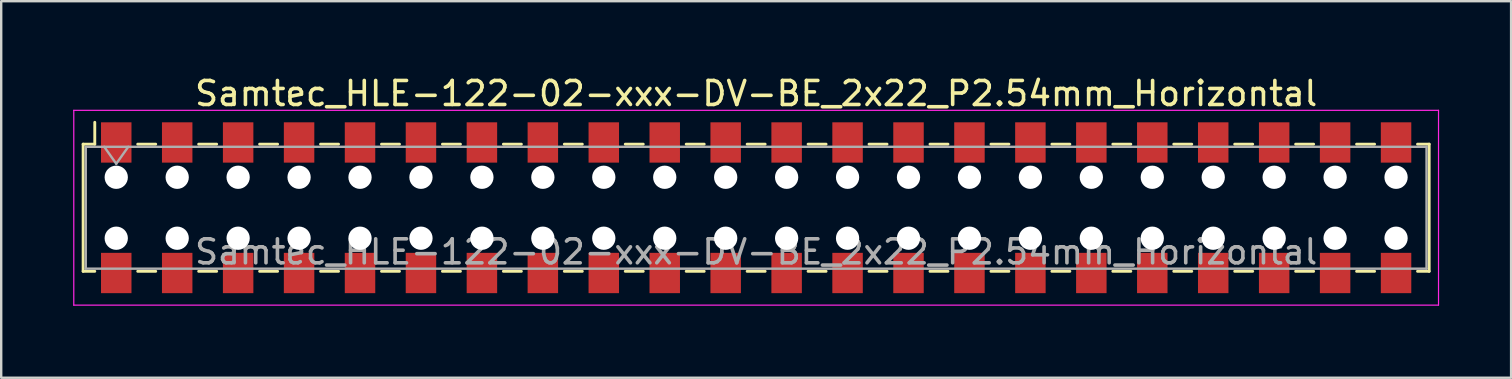
<source format=kicad_pcb>
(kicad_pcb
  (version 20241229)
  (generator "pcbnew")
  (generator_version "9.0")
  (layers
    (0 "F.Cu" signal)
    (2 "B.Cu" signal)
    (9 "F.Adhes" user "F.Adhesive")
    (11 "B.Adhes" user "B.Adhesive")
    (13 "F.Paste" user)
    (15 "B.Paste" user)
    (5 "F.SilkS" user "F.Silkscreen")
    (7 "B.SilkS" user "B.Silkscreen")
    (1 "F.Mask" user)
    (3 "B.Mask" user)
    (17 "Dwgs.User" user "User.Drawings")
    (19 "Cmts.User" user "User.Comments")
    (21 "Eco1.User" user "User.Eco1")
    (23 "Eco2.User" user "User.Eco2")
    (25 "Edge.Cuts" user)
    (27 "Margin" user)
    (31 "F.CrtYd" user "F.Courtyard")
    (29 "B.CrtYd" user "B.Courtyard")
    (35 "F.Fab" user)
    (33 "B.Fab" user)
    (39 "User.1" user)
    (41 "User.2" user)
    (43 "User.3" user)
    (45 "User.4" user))
  (footprint "Samtec_HLE-122-02-xxx-DV-BE_2x22_P2.54mm_Horizontal"
    (layer "F.Cu")
    (at 28.465 5.608)
    (property "Reference" "Samtec_HLE-122-02-xxx-DV-BE_2x22_P2.54mm_Horizontal" (at 0 -4.76 0) (layer "F.SilkS") (effects (font (size 1 1) (thickness 0.15))))
    (attr smd)
    (fp_line (start -28.05 -2.65) (end -28.05 2.65) (stroke (width 0.12) (type solid)) (layer "F.SilkS"))
    (fp_line (start -28.05 2.65) (end -27.565 2.65) (stroke (width 0.12) (type solid)) (layer "F.SilkS"))
    (fp_line (start -27.565 -3.56) (end -27.565 -2.65) (stroke (width 0.12) (type solid)) (layer "F.SilkS"))
    (fp_line (start -27.565 -2.65) (end -28.05 -2.65) (stroke (width 0.12) (type solid)) (layer "F.SilkS"))
    (fp_line (start -25.775 -2.65) (end -25.025 -2.65) (stroke (width 0.12) (type solid)) (layer "F.SilkS"))
    (fp_line (start -25.775 2.65) (end -25.025 2.65) (stroke (width 0.12) (type solid)) (layer "F.SilkS"))
    (fp_line (start -23.235 -2.65) (end -22.485 -2.65) (stroke (width 0.12) (type solid)) (layer "F.SilkS"))
    (fp_line (start -23.235 2.65) (end -22.485 2.65) (stroke (width 0.12) (type solid)) (layer "F.SilkS"))
    (fp_line (start -20.695 -2.65) (end -19.945 -2.65) (stroke (width 0.12) (type solid)) (layer "F.SilkS"))
    (fp_line (start -20.695 2.65) (end -19.945 2.65) (stroke (width 0.12) (type solid)) (layer "F.SilkS"))
    (fp_line (start -18.155 -2.65) (end -17.405 -2.65) (stroke (width 0.12) (type solid)) (layer "F.SilkS"))
    (fp_line (start -18.155 2.65) (end -17.405 2.65) (stroke (width 0.12) (type solid)) (layer "F.SilkS"))
    (fp_line (start -15.615 -2.65) (end -14.865 -2.65) (stroke (width 0.12) (type solid)) (layer "F.SilkS"))
    (fp_line (start -15.615 2.65) (end -14.865 2.65) (stroke (width 0.12) (type solid)) (layer "F.SilkS"))
    (fp_line (start -13.075 -2.65) (end -12.325 -2.65) (stroke (width 0.12) (type solid)) (layer "F.SilkS"))
    (fp_line (start -13.075 2.65) (end -12.325 2.65) (stroke (width 0.12) (type solid)) (layer "F.SilkS"))
    (fp_line (start -10.535 -2.65) (end -9.785 -2.65) (stroke (width 0.12) (type solid)) (layer "F.SilkS"))
    (fp_line (start -10.535 2.65) (end -9.785 2.65) (stroke (width 0.12) (type solid)) (layer "F.SilkS"))
    (fp_line (start -7.995 -2.65) (end -7.245 -2.65) (stroke (width 0.12) (type solid)) (layer "F.SilkS"))
    (fp_line (start -7.995 2.65) (end -7.245 2.65) (stroke (width 0.12) (type solid)) (layer "F.SilkS"))
    (fp_line (start -5.455 -2.65) (end -4.705 -2.65) (stroke (width 0.12) (type solid)) (layer "F.SilkS"))
    (fp_line (start -5.455 2.65) (end -4.705 2.65) (stroke (width 0.12) (type solid)) (layer "F.SilkS"))
    (fp_line (start -2.915 -2.65) (end -2.165 -2.65) (stroke (width 0.12) (type solid)) (layer "F.SilkS"))
    (fp_line (start -2.915 2.65) (end -2.165 2.65) (stroke (width 0.12) (type solid)) (layer "F.SilkS"))
    (fp_line (start -0.375 -2.65) (end 0.375 -2.65) (stroke (width 0.12) (type solid)) (layer "F.SilkS"))
    (fp_line (start -0.375 2.65) (end 0.375 2.65) (stroke (width 0.12) (type solid)) (layer "F.SilkS"))
    (fp_line (start 2.165 -2.65) (end 2.915 -2.65) (stroke (width 0.12) (type solid)) (layer "F.SilkS"))
    (fp_line (start 2.165 2.65) (end 2.915 2.65) (stroke (width 0.12) (type solid)) (layer "F.SilkS"))
    (fp_line (start 4.705 -2.65) (end 5.455 -2.65) (stroke (width 0.12) (type solid)) (layer "F.SilkS"))
    (fp_line (start 4.705 2.65) (end 5.455 2.65) (stroke (width 0.12) (type solid)) (layer "F.SilkS"))
    (fp_line (start 7.245 -2.65) (end 7.995 -2.65) (stroke (width 0.12) (type solid)) (layer "F.SilkS"))
    (fp_line (start 7.245 2.65) (end 7.995 2.65) (stroke (width 0.12) (type solid)) (layer "F.SilkS"))
    (fp_line (start 9.785 -2.65) (end 10.535 -2.65) (stroke (width 0.12) (type solid)) (layer "F.SilkS"))
    (fp_line (start 9.785 2.65) (end 10.535 2.65) (stroke (width 0.12) (type solid)) (layer "F.SilkS"))
    (fp_line (start 12.325 -2.65) (end 13.075 -2.65) (stroke (width 0.12) (type solid)) (layer "F.SilkS"))
    (fp_line (start 12.325 2.65) (end 13.075 2.65) (stroke (width 0.12) (type solid)) (layer "F.SilkS"))
    (fp_line (start 14.865 -2.65) (end 15.615 -2.65) (stroke (width 0.12) (type solid)) (layer "F.SilkS"))
    (fp_line (start 14.865 2.65) (end 15.615 2.65) (stroke (width 0.12) (type solid)) (layer "F.SilkS"))
    (fp_line (start 17.405 -2.65) (end 18.155 -2.65) (stroke (width 0.12) (type solid)) (layer "F.SilkS"))
    (fp_line (start 17.405 2.65) (end 18.155 2.65) (stroke (width 0.12) (type solid)) (layer "F.SilkS"))
    (fp_line (start 19.945 -2.65) (end 20.695 -2.65) (stroke (width 0.12) (type solid)) (layer "F.SilkS"))
    (fp_line (start 19.945 2.65) (end 20.695 2.65) (stroke (width 0.12) (type solid)) (layer "F.SilkS"))
    (fp_line (start 22.485 -2.65) (end 23.235 -2.65) (stroke (width 0.12) (type solid)) (layer "F.SilkS"))
    (fp_line (start 22.485 2.65) (end 23.235 2.65) (stroke (width 0.12) (type solid)) (layer "F.SilkS"))
    (fp_line (start 25.025 -2.65) (end 25.775 -2.65) (stroke (width 0.12) (type solid)) (layer "F.SilkS"))
    (fp_line (start 25.025 2.65) (end 25.775 2.65) (stroke (width 0.12) (type solid)) (layer "F.SilkS"))
    (fp_line (start 27.565 -2.65) (end 28.05 -2.65) (stroke (width 0.12) (type solid)) (layer "F.SilkS"))
    (fp_line (start 28.05 -2.65) (end 28.05 2.65) (stroke (width 0.12) (type solid)) (layer "F.SilkS"))
    (fp_line (start 28.05 2.65) (end 27.565 2.65) (stroke (width 0.12) (type solid)) (layer "F.SilkS"))
    (fp_line (start -28.44 -4.06) (end 28.44 -4.06) (stroke (width 0.05) (type solid)) (layer "F.CrtYd"))
    (fp_line (start -28.44 4.06) (end -28.44 -4.06) (stroke (width 0.05) (type solid)) (layer "F.CrtYd"))
    (fp_line (start 28.44 -4.06) (end 28.44 4.06) (stroke (width 0.05) (type solid)) (layer "F.CrtYd"))
    (fp_line (start 28.44 4.06) (end -28.44 4.06) (stroke (width 0.05) (type solid)) (layer "F.CrtYd"))
    (fp_line (start -27.94 -2.54) (end 27.94 -2.54) (stroke (width 0.1) (type solid)) (layer "F.Fab"))
    (fp_line (start -27.94 2.54) (end -27.94 -2.54) (stroke (width 0.1) (type solid)) (layer "F.Fab"))
    (fp_line (start -27.17 -2.54) (end -26.67 -1.833) (stroke (width 0.1) (type solid)) (layer "F.Fab"))
    (fp_line (start -26.67 -1.833) (end -26.17 -2.54) (stroke (width 0.1) (type solid)) (layer "F.Fab"))
    (fp_line (start 27.94 -2.54) (end 27.94 2.54) (stroke (width 0.1) (type solid)) (layer "F.Fab"))
    (fp_line (start 27.94 2.54) (end -27.94 2.54) (stroke (width 0.1) (type solid)) (layer "F.Fab"))
    (fp_text user "${REFERENCE}" (at 0 1.84 0) (layer "F.Fab") (effects (font (size 1 1) (thickness 0.15))))
    (pad "" np_thru_hole circle (at -26.67 -1.27) (size 0.97 0.97) (drill 0.97) (layers "*.Cu" "*.Mask"))
    (pad "" np_thru_hole circle (at -26.67 1.27) (size 0.97 0.97) (drill 0.97) (layers "*.Cu" "*.Mask"))
    (pad "" np_thru_hole circle (at -24.13 -1.27) (size 0.97 0.97) (drill 0.97) (layers "*.Cu" "*.Mask"))
    (pad "" np_thru_hole circle (at -24.13 1.27) (size 0.97 0.97) (drill 0.97) (layers "*.Cu" "*.Mask"))
    (pad "" np_thru_hole circle (at -21.59 -1.27) (size 0.97 0.97) (drill 0.97) (layers "*.Cu" "*.Mask"))
    (pad "" np_thru_hole circle (at -21.59 1.27) (size 0.97 0.97) (drill 0.97) (layers "*.Cu" "*.Mask"))
    (pad "" np_thru_hole circle (at -19.05 -1.27) (size 0.97 0.97) (drill 0.97) (layers "*.Cu" "*.Mask"))
    (pad "" np_thru_hole circle (at -19.05 1.27) (size 0.97 0.97) (drill 0.97) (layers "*.Cu" "*.Mask"))
    (pad "" np_thru_hole circle (at -16.51 -1.27) (size 0.97 0.97) (drill 0.97) (layers "*.Cu" "*.Mask"))
    (pad "" np_thru_hole circle (at -16.51 1.27) (size 0.97 0.97) (drill 0.97) (layers "*.Cu" "*.Mask"))
    (pad "" np_thru_hole circle (at -13.97 -1.27) (size 0.97 0.97) (drill 0.97) (layers "*.Cu" "*.Mask"))
    (pad "" np_thru_hole circle (at -13.97 1.27) (size 0.97 0.97) (drill 0.97) (layers "*.Cu" "*.Mask"))
    (pad "" np_thru_hole circle (at -11.43 -1.27) (size 0.97 0.97) (drill 0.97) (layers "*.Cu" "*.Mask"))
    (pad "" np_thru_hole circle (at -11.43 1.27) (size 0.97 0.97) (drill 0.97) (layers "*.Cu" "*.Mask"))
    (pad "" np_thru_hole circle (at -8.89 -1.27) (size 0.97 0.97) (drill 0.97) (layers "*.Cu" "*.Mask"))
    (pad "" np_thru_hole circle (at -8.89 1.27) (size 0.97 0.97) (drill 0.97) (layers "*.Cu" "*.Mask"))
    (pad "" np_thru_hole circle (at -6.35 -1.27) (size 0.97 0.97) (drill 0.97) (layers "*.Cu" "*.Mask"))
    (pad "" np_thru_hole circle (at -6.35 1.27) (size 0.97 0.97) (drill 0.97) (layers "*.Cu" "*.Mask"))
    (pad "" np_thru_hole circle (at -3.81 -1.27) (size 0.97 0.97) (drill 0.97) (layers "*.Cu" "*.Mask"))
    (pad "" np_thru_hole circle (at -3.81 1.27) (size 0.97 0.97) (drill 0.97) (layers "*.Cu" "*.Mask"))
    (pad "" np_thru_hole circle (at -1.27 -1.27) (size 0.97 0.97) (drill 0.97) (layers "*.Cu" "*.Mask"))
    (pad "" np_thru_hole circle (at -1.27 1.27) (size 0.97 0.97) (drill 0.97) (layers "*.Cu" "*.Mask"))
    (pad "" np_thru_hole circle (at 1.27 -1.27) (size 0.97 0.97) (drill 0.97) (layers "*.Cu" "*.Mask"))
    (pad "" np_thru_hole circle (at 1.27 1.27) (size 0.97 0.97) (drill 0.97) (layers "*.Cu" "*.Mask"))
    (pad "" np_thru_hole circle (at 3.81 -1.27) (size 0.97 0.97) (drill 0.97) (layers "*.Cu" "*.Mask"))
    (pad "" np_thru_hole circle (at 3.81 1.27) (size 0.97 0.97) (drill 0.97) (layers "*.Cu" "*.Mask"))
    (pad "" np_thru_hole circle (at 6.35 -1.27) (size 0.97 0.97) (drill 0.97) (layers "*.Cu" "*.Mask"))
    (pad "" np_thru_hole circle (at 6.35 1.27) (size 0.97 0.97) (drill 0.97) (layers "*.Cu" "*.Mask"))
    (pad "" np_thru_hole circle (at 8.89 -1.27) (size 0.97 0.97) (drill 0.97) (layers "*.Cu" "*.Mask"))
    (pad "" np_thru_hole circle (at 8.89 1.27) (size 0.97 0.97) (drill 0.97) (layers "*.Cu" "*.Mask"))
    (pad "" np_thru_hole circle (at 11.43 -1.27) (size 0.97 0.97) (drill 0.97) (layers "*.Cu" "*.Mask"))
    (pad "" np_thru_hole circle (at 11.43 1.27) (size 0.97 0.97) (drill 0.97) (layers "*.Cu" "*.Mask"))
    (pad "" np_thru_hole circle (at 13.97 -1.27) (size 0.97 0.97) (drill 0.97) (layers "*.Cu" "*.Mask"))
    (pad "" np_thru_hole circle (at 13.97 1.27) (size 0.97 0.97) (drill 0.97) (layers "*.Cu" "*.Mask"))
    (pad "" np_thru_hole circle (at 16.51 -1.27) (size 0.97 0.97) (drill 0.97) (layers "*.Cu" "*.Mask"))
    (pad "" np_thru_hole circle (at 16.51 1.27) (size 0.97 0.97) (drill 0.97) (layers "*.Cu" "*.Mask"))
    (pad "" np_thru_hole circle (at 19.05 -1.27) (size 0.97 0.97) (drill 0.97) (layers "*.Cu" "*.Mask"))
    (pad "" np_thru_hole circle (at 19.05 1.27) (size 0.97 0.97) (drill 0.97) (layers "*.Cu" "*.Mask"))
    (pad "" np_thru_hole circle (at 21.59 -1.27) (size 0.97 0.97) (drill 0.97) (layers "*.Cu" "*.Mask"))
    (pad "" np_thru_hole circle (at 21.59 1.27) (size 0.97 0.97) (drill 0.97) (layers "*.Cu" "*.Mask"))
    (pad "" np_thru_hole circle (at 24.13 -1.27) (size 0.97 0.97) (drill 0.97) (layers "*.Cu" "*.Mask"))
    (pad "" np_thru_hole circle (at 24.13 1.27) (size 0.97 0.97) (drill 0.97) (layers "*.Cu" "*.Mask"))
    (pad "" np_thru_hole circle (at 26.67 -1.27) (size 0.97 0.97) (drill 0.97) (layers "*.Cu" "*.Mask"))
    (pad "" np_thru_hole circle (at 26.67 1.27) (size 0.97 0.97) (drill 0.97) (layers "*.Cu" "*.Mask"))
    (pad "1" smd rect (at -26.67 -2.72) (size 1.27 1.68) (layers "F.Cu" "F.Mask" "F.Paste"))
    (pad "2" smd rect (at -26.67 2.72) (size 1.27 1.68) (layers "F.Cu" "F.Mask" "F.Paste"))
    (pad "3" smd rect (at -24.13 -2.72) (size 1.27 1.68) (layers "F.Cu" "F.Mask" "F.Paste"))
    (pad "4" smd rect (at -24.13 2.72) (size 1.27 1.68) (layers "F.Cu" "F.Mask" "F.Paste"))
    (pad "5" smd rect (at -21.59 -2.72) (size 1.27 1.68) (layers "F.Cu" "F.Mask" "F.Paste"))
    (pad "6" smd rect (at -21.59 2.72) (size 1.27 1.68) (layers "F.Cu" "F.Mask" "F.Paste"))
    (pad "7" smd rect (at -19.05 -2.72) (size 1.27 1.68) (layers "F.Cu" "F.Mask" "F.Paste"))
    (pad "8" smd rect (at -19.05 2.72) (size 1.27 1.68) (layers "F.Cu" "F.Mask" "F.Paste"))
    (pad "9" smd rect (at -16.51 -2.72) (size 1.27 1.68) (layers "F.Cu" "F.Mask" "F.Paste"))
    (pad "10" smd rect (at -16.51 2.72) (size 1.27 1.68) (layers "F.Cu" "F.Mask" "F.Paste"))
    (pad "11" smd rect (at -13.97 -2.72) (size 1.27 1.68) (layers "F.Cu" "F.Mask" "F.Paste"))
    (pad "12" smd rect (at -13.97 2.72) (size 1.27 1.68) (layers "F.Cu" "F.Mask" "F.Paste"))
    (pad "13" smd rect (at -11.43 -2.72) (size 1.27 1.68) (layers "F.Cu" "F.Mask" "F.Paste"))
    (pad "14" smd rect (at -11.43 2.72) (size 1.27 1.68) (layers "F.Cu" "F.Mask" "F.Paste"))
    (pad "15" smd rect (at -8.89 -2.72) (size 1.27 1.68) (layers "F.Cu" "F.Mask" "F.Paste"))
    (pad "16" smd rect (at -8.89 2.72) (size 1.27 1.68) (layers "F.Cu" "F.Mask" "F.Paste"))
    (pad "17" smd rect (at -6.35 -2.72) (size 1.27 1.68) (layers "F.Cu" "F.Mask" "F.Paste"))
    (pad "18" smd rect (at -6.35 2.72) (size 1.27 1.68) (layers "F.Cu" "F.Mask" "F.Paste"))
    (pad "19" smd rect (at -3.81 -2.72) (size 1.27 1.68) (layers "F.Cu" "F.Mask" "F.Paste"))
    (pad "20" smd rect (at -3.81 2.72) (size 1.27 1.68) (layers "F.Cu" "F.Mask" "F.Paste"))
    (pad "21" smd rect (at -1.27 -2.72) (size 1.27 1.68) (layers "F.Cu" "F.Mask" "F.Paste"))
    (pad "22" smd rect (at -1.27 2.72) (size 1.27 1.68) (layers "F.Cu" "F.Mask" "F.Paste"))
    (pad "23" smd rect (at 1.27 -2.72) (size 1.27 1.68) (layers "F.Cu" "F.Mask" "F.Paste"))
    (pad "24" smd rect (at 1.27 2.72) (size 1.27 1.68) (layers "F.Cu" "F.Mask" "F.Paste"))
    (pad "25" smd rect (at 3.81 -2.72) (size 1.27 1.68) (layers "F.Cu" "F.Mask" "F.Paste"))
    (pad "26" smd rect (at 3.81 2.72) (size 1.27 1.68) (layers "F.Cu" "F.Mask" "F.Paste"))
    (pad "27" smd rect (at 6.35 -2.72) (size 1.27 1.68) (layers "F.Cu" "F.Mask" "F.Paste"))
    (pad "28" smd rect (at 6.35 2.72) (size 1.27 1.68) (layers "F.Cu" "F.Mask" "F.Paste"))
    (pad "29" smd rect (at 8.89 -2.72) (size 1.27 1.68) (layers "F.Cu" "F.Mask" "F.Paste"))
    (pad "30" smd rect (at 8.89 2.72) (size 1.27 1.68) (layers "F.Cu" "F.Mask" "F.Paste"))
    (pad "31" smd rect (at 11.43 -2.72) (size 1.27 1.68) (layers "F.Cu" "F.Mask" "F.Paste"))
    (pad "32" smd rect (at 11.43 2.72) (size 1.27 1.68) (layers "F.Cu" "F.Mask" "F.Paste"))
    (pad "33" smd rect (at 13.97 -2.72) (size 1.27 1.68) (layers "F.Cu" "F.Mask" "F.Paste"))
    (pad "34" smd rect (at 13.97 2.72) (size 1.27 1.68) (layers "F.Cu" "F.Mask" "F.Paste"))
    (pad "35" smd rect (at 16.51 -2.72) (size 1.27 1.68) (layers "F.Cu" "F.Mask" "F.Paste"))
    (pad "36" smd rect (at 16.51 2.72) (size 1.27 1.68) (layers "F.Cu" "F.Mask" "F.Paste"))
    (pad "37" smd rect (at 19.05 -2.72) (size 1.27 1.68) (layers "F.Cu" "F.Mask" "F.Paste"))
    (pad "38" smd rect (at 19.05 2.72) (size 1.27 1.68) (layers "F.Cu" "F.Mask" "F.Paste"))
    (pad "39" smd rect (at 21.59 -2.72) (size 1.27 1.68) (layers "F.Cu" "F.Mask" "F.Paste"))
    (pad "40" smd rect (at 21.59 2.72) (size 1.27 1.68) (layers "F.Cu" "F.Mask" "F.Paste"))
    (pad "41" smd rect (at 24.13 -2.72) (size 1.27 1.68) (layers "F.Cu" "F.Mask" "F.Paste"))
    (pad "42" smd rect (at 24.13 2.72) (size 1.27 1.68) (layers "F.Cu" "F.Mask" "F.Paste"))
    (pad "43" smd rect (at 26.67 -2.72) (size 1.27 1.68) (layers "F.Cu" "F.Mask" "F.Paste"))
    (pad "44" smd rect (at 26.67 2.72) (size 1.27 1.68) (layers "F.Cu" "F.Mask" "F.Paste")))
  (gr_rect
    (start -3 -3)
    (end 59.93 12.693)
    (stroke (width 0.1) (type default))
    (fill no)
    (layer "Edge.Cuts")))
</source>
